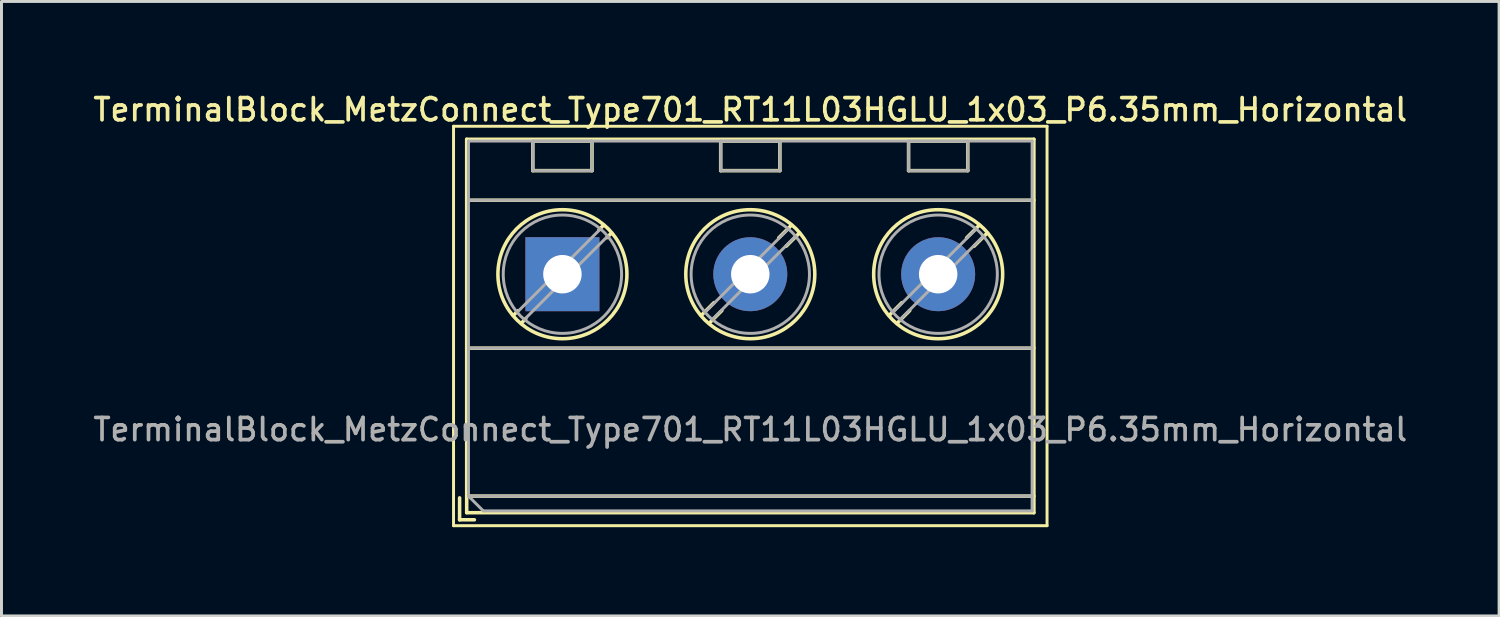
<source format=kicad_pcb>
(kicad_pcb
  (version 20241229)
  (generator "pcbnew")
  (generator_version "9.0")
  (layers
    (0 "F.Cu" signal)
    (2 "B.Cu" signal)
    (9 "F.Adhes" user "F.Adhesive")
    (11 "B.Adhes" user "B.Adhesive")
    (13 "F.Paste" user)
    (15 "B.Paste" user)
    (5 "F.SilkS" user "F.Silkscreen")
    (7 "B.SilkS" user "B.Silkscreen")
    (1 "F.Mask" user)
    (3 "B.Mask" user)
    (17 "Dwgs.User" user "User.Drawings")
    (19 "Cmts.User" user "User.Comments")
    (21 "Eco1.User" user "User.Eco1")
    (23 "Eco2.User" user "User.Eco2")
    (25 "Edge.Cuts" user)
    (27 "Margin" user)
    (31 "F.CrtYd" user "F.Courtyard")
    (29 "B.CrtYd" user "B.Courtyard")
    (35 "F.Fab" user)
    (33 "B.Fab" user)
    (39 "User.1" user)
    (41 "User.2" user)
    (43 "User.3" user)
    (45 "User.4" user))
  (footprint "TerminalBlock_MetzConnect_Type701_RT11L03HGLU_1x03_P6.35mm_Horizontal"
    (layer "F.Cu")
    (at 15.959 6.218)
    (property "Reference" "TerminalBlock_MetzConnect_Type701_RT11L03HGLU_1x03_P6.35mm_Horizontal" (at 6.35 -5.56 0) (layer "F.SilkS") (effects (font (size 0.75 0.75) (thickness 0.125))))
    (attr through_hole)
    (fp_line (start -3.68 -5) (end -3.68 8.5) (stroke (width 0.1) (type solid)) (layer "F.SilkS"))
    (fp_line (start -3.68 8.5) (end 16.38 8.5) (stroke (width 0.1) (type solid)) (layer "F.SilkS"))
    (fp_line (start -3.475 7.56) (end -3.475 8.3) (stroke (width 0.12) (type solid)) (layer "F.SilkS"))
    (fp_line (start -3.475 8.3) (end -2.975 8.3) (stroke (width 0.12) (type solid)) (layer "F.SilkS"))
    (fp_line (start -3.235 -4.56) (end -3.235 8.06) (stroke (width 0.12) (type solid)) (layer "F.SilkS"))
    (fp_line (start -3.235 -4.56) (end 15.935 -4.56) (stroke (width 0.12) (type solid)) (layer "F.SilkS"))
    (fp_line (start -3.235 -2.5) (end 15.935 -2.5) (stroke (width 0.12) (type solid)) (layer "F.SilkS"))
    (fp_line (start -3.235 2.5) (end 15.935 2.5) (stroke (width 0.12) (type solid)) (layer "F.SilkS"))
    (fp_line (start -3.235 7.5) (end 15.935 7.5) (stroke (width 0.12) (type solid)) (layer "F.SilkS"))
    (fp_line (start -3.235 8.06) (end 15.935 8.06) (stroke (width 0.12) (type solid)) (layer "F.SilkS"))
    (fp_line (start -1.502 1.235) (end -1.654 1.388) (stroke (width 0.12) (type solid)) (layer "F.SilkS"))
    (fp_line (start -1.236 1.502) (end -1.388 1.654) (stroke (width 0.12) (type solid)) (layer "F.SilkS"))
    (fp_line (start -1 -4.5) (end -1 -3.5) (stroke (width 0.12) (type solid)) (layer "F.SilkS"))
    (fp_line (start -1 -4.5) (end 1 -4.5) (stroke (width 0.12) (type solid)) (layer "F.SilkS"))
    (fp_line (start -1 -3.5) (end 1 -3.5) (stroke (width 0.12) (type solid)) (layer "F.SilkS"))
    (fp_line (start 1 -4.5) (end 1 -3.5) (stroke (width 0.12) (type solid)) (layer "F.SilkS"))
    (fp_line (start 1.388 -1.654) (end 1.236 -1.502) (stroke (width 0.12) (type solid)) (layer "F.SilkS"))
    (fp_line (start 1.654 -1.388) (end 1.502 -1.236) (stroke (width 0.12) (type solid)) (layer "F.SilkS"))
    (fp_line (start 5.123 0.962) (end 4.697 1.388) (stroke (width 0.12) (type solid)) (layer "F.SilkS"))
    (fp_line (start 5.35 -4.5) (end 5.35 -3.5) (stroke (width 0.12) (type solid)) (layer "F.SilkS"))
    (fp_line (start 5.35 -4.5) (end 7.35 -4.5) (stroke (width 0.12) (type solid)) (layer "F.SilkS"))
    (fp_line (start 5.35 -3.5) (end 7.35 -3.5) (stroke (width 0.12) (type solid)) (layer "F.SilkS"))
    (fp_line (start 5.389 1.228) (end 4.963 1.654) (stroke (width 0.12) (type solid)) (layer "F.SilkS"))
    (fp_line (start 7.35 -4.5) (end 7.35 -3.5) (stroke (width 0.12) (type solid)) (layer "F.SilkS"))
    (fp_line (start 7.738 -1.654) (end 7.312 -1.228) (stroke (width 0.12) (type solid)) (layer "F.SilkS"))
    (fp_line (start 8.004 -1.388) (end 7.563 -0.947) (stroke (width 0.12) (type solid)) (layer "F.SilkS"))
    (fp_line (start 11.473 0.962) (end 11.047 1.388) (stroke (width 0.12) (type solid)) (layer "F.SilkS"))
    (fp_line (start 11.7 -4.5) (end 11.7 -3.5) (stroke (width 0.12) (type solid)) (layer "F.SilkS"))
    (fp_line (start 11.7 -4.5) (end 13.7 -4.5) (stroke (width 0.12) (type solid)) (layer "F.SilkS"))
    (fp_line (start 11.7 -3.5) (end 13.7 -3.5) (stroke (width 0.12) (type solid)) (layer "F.SilkS"))
    (fp_line (start 11.739 1.228) (end 11.313 1.654) (stroke (width 0.12) (type solid)) (layer "F.SilkS"))
    (fp_line (start 13.7 -4.5) (end 13.7 -3.5) (stroke (width 0.12) (type solid)) (layer "F.SilkS"))
    (fp_line (start 14.088 -1.654) (end 13.662 -1.228) (stroke (width 0.12) (type solid)) (layer "F.SilkS"))
    (fp_line (start 14.354 -1.388) (end 13.913 -0.947) (stroke (width 0.12) (type solid)) (layer "F.SilkS"))
    (fp_line (start 15.935 -4.56) (end 15.935 8.06) (stroke (width 0.12) (type solid)) (layer "F.SilkS"))
    (fp_line (start 16.38 -5) (end -3.68 -5) (stroke (width 0.1) (type solid)) (layer "F.SilkS"))
    (fp_line (start 16.38 8.5) (end 16.38 -5) (stroke (width 0.1) (type solid)) (layer "F.SilkS"))
    (fp_circle (center 0 0) (end 2.18 0) (stroke (width 0.12) (type solid)) (fill no) (layer "F.SilkS"))
    (fp_circle (center 6.35 0) (end 8.53 0) (stroke (width 0.12) (type solid)) (fill no) (layer "F.SilkS"))
    (fp_circle (center 12.7 0) (end 14.88 0) (stroke (width 0.12) (type solid)) (fill no) (layer "F.SilkS"))
    (fp_line (start -3.175 -4.5) (end 15.875 -4.5) (stroke (width 0.1) (type solid)) (layer "F.Fab"))
    (fp_line (start -3.175 -2.5) (end 15.875 -2.5) (stroke (width 0.1) (type solid)) (layer "F.Fab"))
    (fp_line (start -3.175 2.5) (end 15.875 2.5) (stroke (width 0.1) (type solid)) (layer "F.Fab"))
    (fp_line (start -3.175 7.5) (end -3.175 -4.5) (stroke (width 0.1) (type solid)) (layer "F.Fab"))
    (fp_line (start -3.175 7.5) (end 15.875 7.5) (stroke (width 0.1) (type solid)) (layer "F.Fab"))
    (fp_line (start -2.675 8) (end -3.175 7.5) (stroke (width 0.1) (type solid)) (layer "F.Fab"))
    (fp_line (start -1 -4.5) (end -1 -3.5) (stroke (width 0.1) (type solid)) (layer "F.Fab"))
    (fp_line (start -1 -3.5) (end 1 -3.5) (stroke (width 0.1) (type solid)) (layer "F.Fab"))
    (fp_line (start 1 -4.5) (end -1 -4.5) (stroke (width 0.1) (type solid)) (layer "F.Fab"))
    (fp_line (start 1 -3.5) (end 1 -4.5) (stroke (width 0.1) (type solid)) (layer "F.Fab"))
    (fp_line (start 1.273 -1.517) (end -1.517 1.273) (stroke (width 0.1) (type solid)) (layer "F.Fab"))
    (fp_line (start 1.517 -1.273) (end -1.273 1.517) (stroke (width 0.1) (type solid)) (layer "F.Fab"))
    (fp_line (start 5.35 -4.5) (end 5.35 -3.5) (stroke (width 0.1) (type solid)) (layer "F.Fab"))
    (fp_line (start 5.35 -3.5) (end 7.35 -3.5) (stroke (width 0.1) (type solid)) (layer "F.Fab"))
    (fp_line (start 7.35 -4.5) (end 5.35 -4.5) (stroke (width 0.1) (type solid)) (layer "F.Fab"))
    (fp_line (start 7.35 -3.5) (end 7.35 -4.5) (stroke (width 0.1) (type solid)) (layer "F.Fab"))
    (fp_line (start 7.623 -1.517) (end 4.834 1.273) (stroke (width 0.1) (type solid)) (layer "F.Fab"))
    (fp_line (start 7.867 -1.273) (end 5.078 1.517) (stroke (width 0.1) (type solid)) (layer "F.Fab"))
    (fp_line (start 11.7 -4.5) (end 11.7 -3.5) (stroke (width 0.1) (type solid)) (layer "F.Fab"))
    (fp_line (start 11.7 -3.5) (end 13.7 -3.5) (stroke (width 0.1) (type solid)) (layer "F.Fab"))
    (fp_line (start 13.7 -4.5) (end 11.7 -4.5) (stroke (width 0.1) (type solid)) (layer "F.Fab"))
    (fp_line (start 13.7 -3.5) (end 13.7 -4.5) (stroke (width 0.1) (type solid)) (layer "F.Fab"))
    (fp_line (start 13.973 -1.517) (end 11.184 1.273) (stroke (width 0.1) (type solid)) (layer "F.Fab"))
    (fp_line (start 14.217 -1.273) (end 11.428 1.517) (stroke (width 0.1) (type solid)) (layer "F.Fab"))
    (fp_line (start 15.875 -4.5) (end 15.875 8) (stroke (width 0.1) (type solid)) (layer "F.Fab"))
    (fp_line (start 15.875 8) (end -2.675 8) (stroke (width 0.1) (type solid)) (layer "F.Fab"))
    (fp_circle (center 0 0) (end 2 0) (stroke (width 0.1) (type solid)) (fill no) (layer "F.Fab"))
    (fp_circle (center 6.35 0) (end 8.35 0) (stroke (width 0.1) (type solid)) (fill no) (layer "F.Fab"))
    (fp_circle (center 12.7 0) (end 14.7 0) (stroke (width 0.1) (type solid)) (fill no) (layer "F.Fab"))
    (fp_text user "${REFERENCE}" (at 6.35 5.25 0) (layer "F.Fab") (effects (font (size 0.75 0.75) (thickness 0.125))))
    (pad "1" thru_hole rect (at 0 0) (size 2.5 2.5) (drill 1.3) (layers "*.Cu" "*.Mask"))
    (pad "2" thru_hole circle (at 6.35 0) (size 2.5 2.5) (drill 1.3) (layers "*.Cu" "*.Mask"))
    (pad "3" thru_hole circle (at 12.7 0) (size 2.5 2.5) (drill 1.3) (layers "*.Cu" "*.Mask")))
  (gr_rect
    (start -3 -3)
    (end 47.618 17.768)
    (stroke (width 0.1) (type default))
    (fill no)
    (layer "Edge.Cuts")))
</source>
